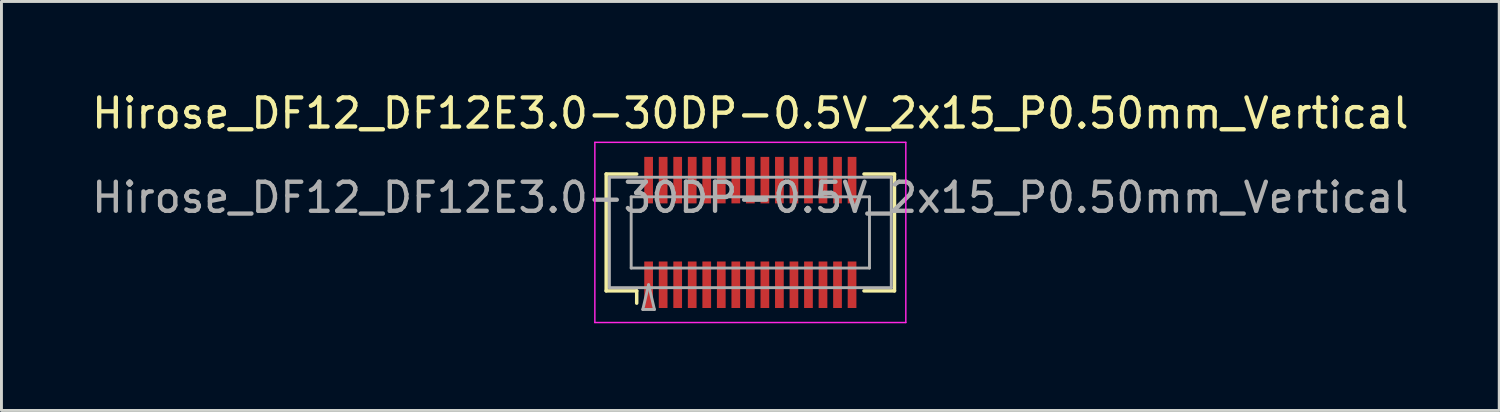
<source format=kicad_pcb>
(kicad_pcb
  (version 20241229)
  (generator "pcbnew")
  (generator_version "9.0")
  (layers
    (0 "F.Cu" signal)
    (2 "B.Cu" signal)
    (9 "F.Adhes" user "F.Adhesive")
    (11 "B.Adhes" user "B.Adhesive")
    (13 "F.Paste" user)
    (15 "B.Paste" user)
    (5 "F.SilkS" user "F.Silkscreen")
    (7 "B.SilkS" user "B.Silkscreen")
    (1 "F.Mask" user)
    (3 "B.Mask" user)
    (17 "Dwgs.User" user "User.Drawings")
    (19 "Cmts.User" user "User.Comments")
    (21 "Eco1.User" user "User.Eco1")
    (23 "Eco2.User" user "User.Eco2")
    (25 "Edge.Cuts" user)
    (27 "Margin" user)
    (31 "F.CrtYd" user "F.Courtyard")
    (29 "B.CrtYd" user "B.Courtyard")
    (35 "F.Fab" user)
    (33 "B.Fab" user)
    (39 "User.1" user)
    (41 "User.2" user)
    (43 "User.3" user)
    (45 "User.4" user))
  (footprint "Hirose_DF12_DF12E3.0-30DP-0.5V_2x15_P0.50mm_Vertical"
    (layer "F.Cu")
    (at 22.768 4.948)
    (property "Reference" "Hirose_DF12_DF12E3.0-30DP-0.5V_2x15_P0.50mm_Vertical" (at 0 -4.1 0) (layer "F.SilkS") (effects (font (size 1 1) (thickness 0.15))))
    (attr smd)
    (fp_line (start -4.96 -2.01) (end -3.91 -2.01) (stroke (width 0.12) (type solid)) (layer "F.SilkS"))
    (fp_line (start -4.96 2.01) (end -4.96 -2.01) (stroke (width 0.12) (type solid)) (layer "F.SilkS"))
    (fp_line (start -3.91 2.01) (end -4.96 2.01) (stroke (width 0.12) (type solid)) (layer "F.SilkS"))
    (fp_line (start -3.91 2.433) (end -3.91 2.01) (stroke (width 0.12) (type solid)) (layer "F.SilkS"))
    (fp_line (start 3.91 2.01) (end 4.96 2.01) (stroke (width 0.12) (type solid)) (layer "F.SilkS"))
    (fp_line (start 4.96 -2.01) (end 3.91 -2.01) (stroke (width 0.12) (type solid)) (layer "F.SilkS"))
    (fp_line (start 4.96 2.01) (end 4.96 -2.01) (stroke (width 0.12) (type solid)) (layer "F.SilkS"))
    (fp_line (start -5.35 -3.1) (end -5.35 3.1) (stroke (width 0.05) (type solid)) (layer "F.CrtYd"))
    (fp_line (start -5.35 3.1) (end 5.35 3.1) (stroke (width 0.05) (type solid)) (layer "F.CrtYd"))
    (fp_line (start 5.35 -3.1) (end -5.35 -3.1) (stroke (width 0.05) (type solid)) (layer "F.CrtYd"))
    (fp_line (start 5.35 3.1) (end 5.35 -3.1) (stroke (width 0.05) (type solid)) (layer "F.CrtYd"))
    (fp_line (start -4.85 -1.9) (end 4.85 -1.9) (stroke (width 0.1) (type solid)) (layer "F.Fab"))
    (fp_line (start -4.85 1.9) (end -4.85 -1.9) (stroke (width 0.1) (type solid)) (layer "F.Fab"))
    (fp_line (start -4.1 -1.225) (end 4.1 -1.225) (stroke (width 0.1) (type solid)) (layer "F.Fab"))
    (fp_line (start -4.1 1.225) (end -4.1 -1.225) (stroke (width 0.1) (type solid)) (layer "F.Fab"))
    (fp_line (start -3.7 2.65) (end -3.5 1.8) (stroke (width 0.1) (type solid)) (layer "F.Fab"))
    (fp_line (start -3.5 1.8) (end -3.3 2.65) (stroke (width 0.1) (type solid)) (layer "F.Fab"))
    (fp_line (start -3.3 2.65) (end -3.7 2.65) (stroke (width 0.1) (type solid)) (layer "F.Fab"))
    (fp_line (start 4.1 -1.225) (end 4.1 1.225) (stroke (width 0.1) (type solid)) (layer "F.Fab"))
    (fp_line (start 4.1 1.225) (end -4.1 1.225) (stroke (width 0.1) (type solid)) (layer "F.Fab"))
    (fp_line (start 4.85 -1.9) (end 4.85 1.9) (stroke (width 0.1) (type solid)) (layer "F.Fab"))
    (fp_line (start 4.85 1.9) (end -4.85 1.9) (stroke (width 0.1) (type solid)) (layer "F.Fab"))
    (fp_text user "${REFERENCE}" (at 0 -1.2 0) (layer "F.Fab") (effects (font (size 1 1) (thickness 0.15))))
    (pad "" smd rect (at -3.5 -2) (size 0.28 1.2) (layers "F.Paste"))
    (pad "" smd rect (at -3.5 2) (size 0.28 1.2) (layers "F.Paste"))
    (pad "" smd rect (at -3 -2) (size 0.28 1.2) (layers "F.Paste"))
    (pad "" smd rect (at -3 2) (size 0.28 1.2) (layers "F.Paste"))
    (pad "" smd rect (at -2.5 -2) (size 0.28 1.2) (layers "F.Paste"))
    (pad "" smd rect (at -2.5 2) (size 0.28 1.2) (layers "F.Paste"))
    (pad "" smd rect (at -2 -2) (size 0.28 1.2) (layers "F.Paste"))
    (pad "" smd rect (at -2 2) (size 0.28 1.2) (layers "F.Paste"))
    (pad "" smd rect (at -1.5 -2) (size 0.28 1.2) (layers "F.Paste"))
    (pad "" smd rect (at -1.5 2) (size 0.28 1.2) (layers "F.Paste"))
    (pad "" smd rect (at -1 -2) (size 0.28 1.2) (layers "F.Paste"))
    (pad "" smd rect (at -1 2) (size 0.28 1.2) (layers "F.Paste"))
    (pad "" smd rect (at -0.5 -2) (size 0.28 1.2) (layers "F.Paste"))
    (pad "" smd rect (at -0.5 2) (size 0.28 1.2) (layers "F.Paste"))
    (pad "" smd rect (at 0 -2) (size 0.28 1.2) (layers "F.Paste"))
    (pad "" smd rect (at 0 2) (size 0.28 1.2) (layers "F.Paste"))
    (pad "" smd rect (at 0.5 -2) (size 0.28 1.2) (layers "F.Paste"))
    (pad "" smd rect (at 0.5 2) (size 0.28 1.2) (layers "F.Paste"))
    (pad "" smd rect (at 1 -2) (size 0.28 1.2) (layers "F.Paste"))
    (pad "" smd rect (at 1 2) (size 0.28 1.2) (layers "F.Paste"))
    (pad "" smd rect (at 1.5 -2) (size 0.28 1.2) (layers "F.Paste"))
    (pad "" smd rect (at 1.5 2) (size 0.28 1.2) (layers "F.Paste"))
    (pad "" smd rect (at 2 -2) (size 0.28 1.2) (layers "F.Paste"))
    (pad "" smd rect (at 2 2) (size 0.28 1.2) (layers "F.Paste"))
    (pad "" smd rect (at 2.5 -2) (size 0.28 1.2) (layers "F.Paste"))
    (pad "" smd rect (at 2.5 2) (size 0.28 1.2) (layers "F.Paste"))
    (pad "" smd rect (at 3 -2) (size 0.28 1.2) (layers "F.Paste"))
    (pad "" smd rect (at 3 2) (size 0.28 1.2) (layers "F.Paste"))
    (pad "" smd rect (at 3.5 -2) (size 0.28 1.2) (layers "F.Paste"))
    (pad "" smd rect (at 3.5 2) (size 0.28 1.2) (layers "F.Paste"))
    (pad "1" smd rect (at -3.5 1.8) (size 0.3 1.6) (layers "F.Cu" "F.Mask"))
    (pad "2" smd rect (at -3 1.8) (size 0.3 1.6) (layers "F.Cu" "F.Mask"))
    (pad "3" smd rect (at -2.5 1.8) (size 0.3 1.6) (layers "F.Cu" "F.Mask"))
    (pad "4" smd rect (at -2 1.8) (size 0.3 1.6) (layers "F.Cu" "F.Mask"))
    (pad "5" smd rect (at -1.5 1.8) (size 0.3 1.6) (layers "F.Cu" "F.Mask"))
    (pad "6" smd rect (at -1 1.8) (size 0.3 1.6) (layers "F.Cu" "F.Mask"))
    (pad "7" smd rect (at -0.5 1.8) (size 0.3 1.6) (layers "F.Cu" "F.Mask"))
    (pad "8" smd rect (at 0 1.8) (size 0.3 1.6) (layers "F.Cu" "F.Mask"))
    (pad "9" smd rect (at 0.5 1.8) (size 0.3 1.6) (layers "F.Cu" "F.Mask"))
    (pad "10" smd rect (at 1 1.8) (size 0.3 1.6) (layers "F.Cu" "F.Mask"))
    (pad "11" smd rect (at 1.5 1.8) (size 0.3 1.6) (layers "F.Cu" "F.Mask"))
    (pad "12" smd rect (at 2 1.8) (size 0.3 1.6) (layers "F.Cu" "F.Mask"))
    (pad "13" smd rect (at 2.5 1.8) (size 0.3 1.6) (layers "F.Cu" "F.Mask"))
    (pad "14" smd rect (at 3 1.8) (size 0.3 1.6) (layers "F.Cu" "F.Mask"))
    (pad "15" smd rect (at 3.5 1.8) (size 0.3 1.6) (layers "F.Cu" "F.Mask"))
    (pad "16" smd rect (at -3.5 -1.8) (size 0.3 1.6) (layers "F.Cu" "F.Mask"))
    (pad "17" smd rect (at -3 -1.8) (size 0.3 1.6) (layers "F.Cu" "F.Mask"))
    (pad "18" smd rect (at -2.5 -1.8) (size 0.3 1.6) (layers "F.Cu" "F.Mask"))
    (pad "19" smd rect (at -2 -1.8) (size 0.3 1.6) (layers "F.Cu" "F.Mask"))
    (pad "20" smd rect (at -1.5 -1.8) (size 0.3 1.6) (layers "F.Cu" "F.Mask"))
    (pad "21" smd rect (at -1 -1.8) (size 0.3 1.6) (layers "F.Cu" "F.Mask"))
    (pad "22" smd rect (at -0.5 -1.8) (size 0.3 1.6) (layers "F.Cu" "F.Mask"))
    (pad "23" smd rect (at 0 -1.8) (size 0.3 1.6) (layers "F.Cu" "F.Mask"))
    (pad "24" smd rect (at 0.5 -1.8) (size 0.3 1.6) (layers "F.Cu" "F.Mask"))
    (pad "25" smd rect (at 1 -1.8) (size 0.3 1.6) (layers "F.Cu" "F.Mask"))
    (pad "26" smd rect (at 1.5 -1.8) (size 0.3 1.6) (layers "F.Cu" "F.Mask"))
    (pad "27" smd rect (at 2 -1.8) (size 0.3 1.6) (layers "F.Cu" "F.Mask"))
    (pad "28" smd rect (at 2.5 -1.8) (size 0.3 1.6) (layers "F.Cu" "F.Mask"))
    (pad "29" smd rect (at 3 -1.8) (size 0.3 1.6) (layers "F.Cu" "F.Mask"))
    (pad "30" smd rect (at 3.5 -1.8) (size 0.3 1.6) (layers "F.Cu" "F.Mask")))
  (gr_rect
    (start -3 -3)
    (end 48.536 11.073)
    (stroke (width 0.1) (type default))
    (fill no)
    (layer "Edge.Cuts")))
</source>
